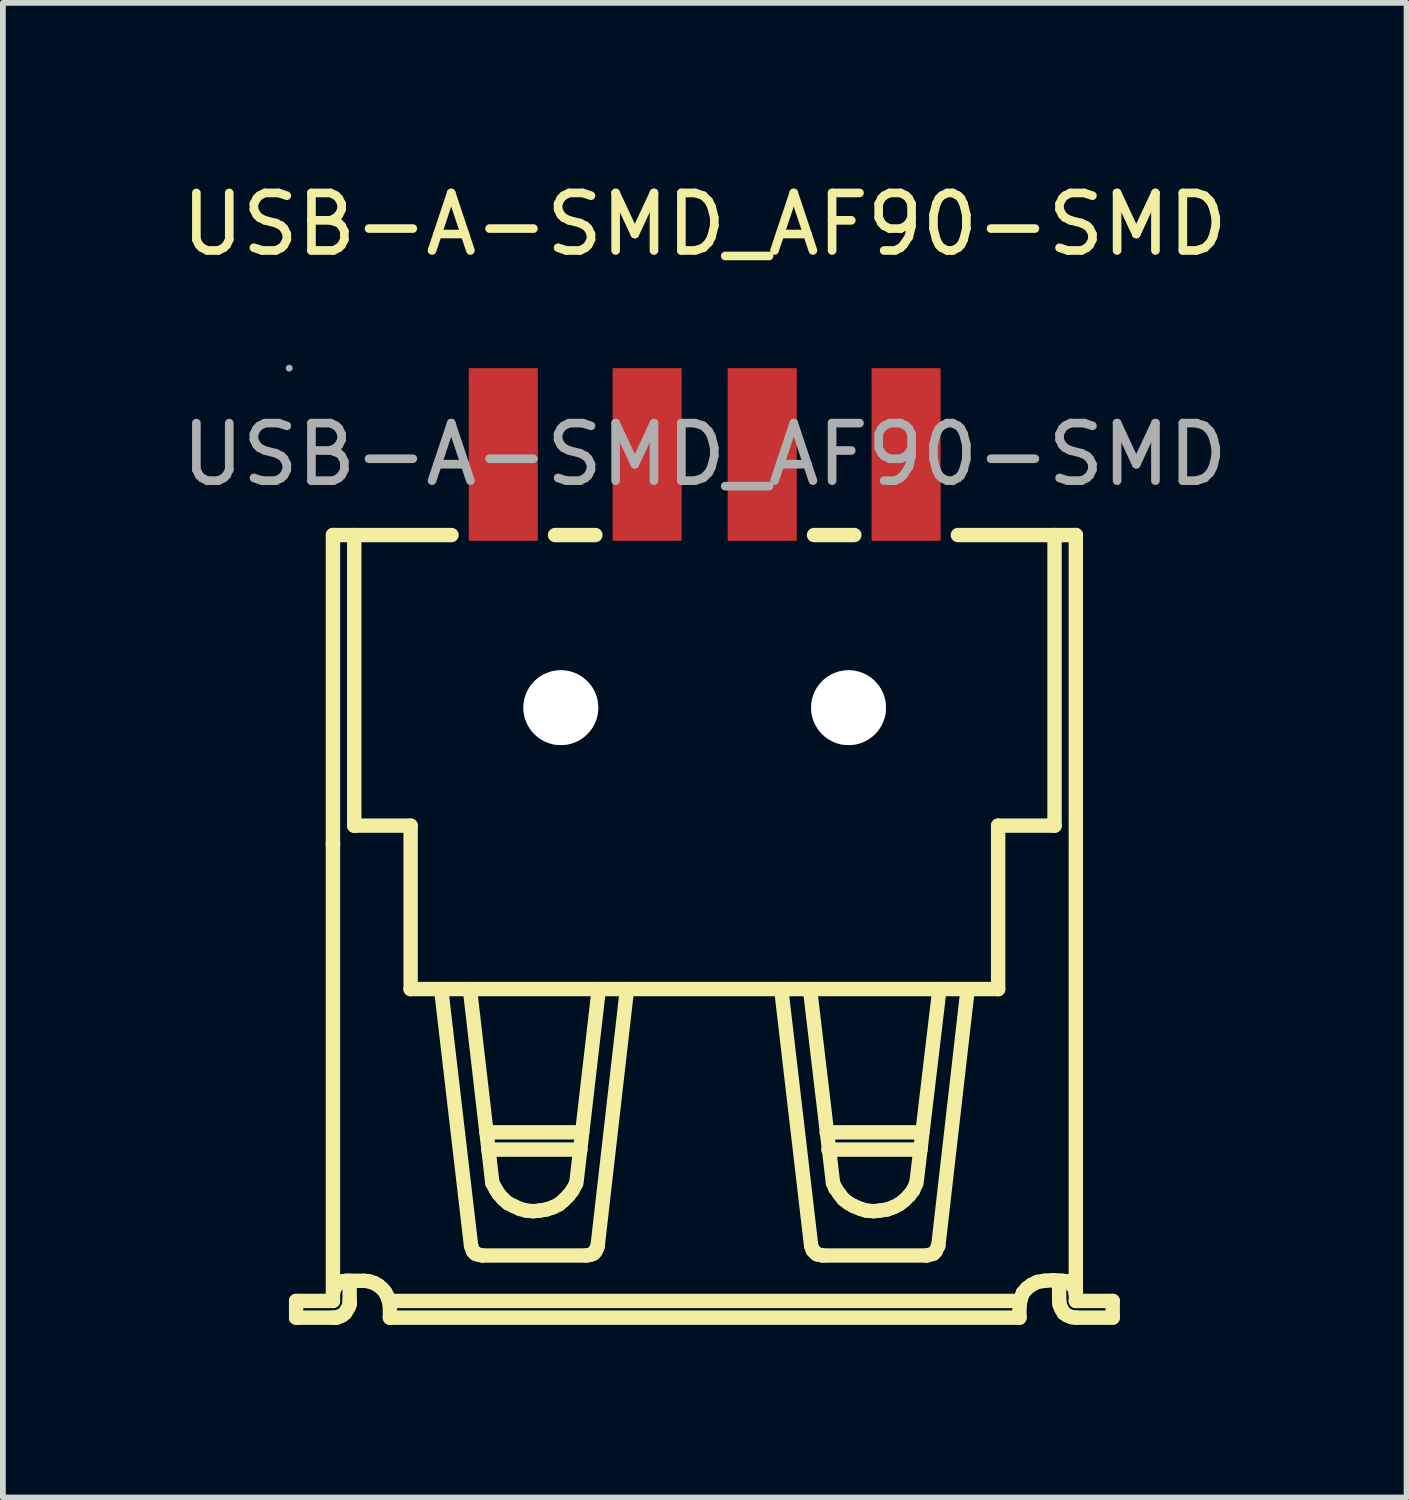
<source format=kicad_pcb>
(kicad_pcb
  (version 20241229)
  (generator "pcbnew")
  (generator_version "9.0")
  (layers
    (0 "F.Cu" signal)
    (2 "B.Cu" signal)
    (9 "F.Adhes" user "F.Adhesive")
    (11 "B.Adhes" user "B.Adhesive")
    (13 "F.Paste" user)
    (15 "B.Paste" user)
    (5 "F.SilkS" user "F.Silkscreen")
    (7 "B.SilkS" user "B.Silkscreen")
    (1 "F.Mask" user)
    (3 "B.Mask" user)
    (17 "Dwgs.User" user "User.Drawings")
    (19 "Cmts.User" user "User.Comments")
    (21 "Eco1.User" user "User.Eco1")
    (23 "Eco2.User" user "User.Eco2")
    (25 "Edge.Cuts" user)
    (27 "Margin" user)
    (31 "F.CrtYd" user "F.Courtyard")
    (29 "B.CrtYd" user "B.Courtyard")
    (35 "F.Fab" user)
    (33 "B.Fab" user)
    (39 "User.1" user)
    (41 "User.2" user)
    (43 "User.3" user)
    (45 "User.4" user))
  (footprint "USB-A-SMD_AF90-SMD"
    (layer "F.Cu")
    (at 9.196 4.848)
    (property "Reference" "USB-A-SMD_AF90-SMD" (at 0 -4 0) (layer "F.SilkS") (effects (font (size 1 1) (thickness 0.15))))
    (attr through_hole)
    (fp_line (start -7.1 14.71) (end -6.46 14.71) (stroke (width 0.25) (type solid)) (layer "F.SilkS"))
    (fp_line (start -7.1 15) (end -7.1 14.71) (stroke (width 0.25) (type solid)) (layer "F.SilkS"))
    (fp_line (start -7.1 15) (end -6.46 15) (stroke (width 0.25) (type solid)) (layer "F.SilkS"))
    (fp_line (start -6.46 6.75) (end -6.46 6.8) (stroke (width 0.25) (type solid)) (layer "F.SilkS"))
    (fp_line (start -6.46 14.71) (end -6.46 1.4) (stroke (width 0.25) (type solid)) (layer "F.SilkS"))
    (fp_line (start -6.46 15) (end -6.4 15) (stroke (width 0.25) (type solid)) (layer "F.SilkS"))
    (fp_line (start -6.45 14.52) (end -6.46 14.59) (stroke (width 0.25) (type solid)) (layer "F.SilkS"))
    (fp_line (start -6.42 14.46) (end -6.45 14.52) (stroke (width 0.25) (type solid)) (layer "F.SilkS"))
    (fp_line (start -6.4 15) (end -6.35 14.98) (stroke (width 0.25) (type solid)) (layer "F.SilkS"))
    (fp_line (start -6.37 14.41) (end -6.42 14.46) (stroke (width 0.25) (type solid)) (layer "F.SilkS"))
    (fp_line (start -6.35 14.98) (end -6.3 14.96) (stroke (width 0.25) (type solid)) (layer "F.SilkS"))
    (fp_line (start -6.3 14.37) (end -6.37 14.41) (stroke (width 0.25) (type solid)) (layer "F.SilkS"))
    (fp_line (start -6.3 14.96) (end -6.25 14.92) (stroke (width 0.25) (type solid)) (layer "F.SilkS"))
    (fp_line (start -6.25 14.92) (end -6.22 14.87) (stroke (width 0.25) (type solid)) (layer "F.SilkS"))
    (fp_line (start -6.23 14.36) (end -6.3 14.37) (stroke (width 0.25) (type solid)) (layer "F.SilkS"))
    (fp_line (start -6.23 14.36) (end -5.92 14.36) (stroke (width 0.25) (type solid)) (layer "F.SilkS"))
    (fp_line (start -6.22 14.87) (end -6.19 14.82) (stroke (width 0.25) (type solid)) (layer "F.SilkS"))
    (fp_line (start -6.19 14.82) (end -6.17 14.77) (stroke (width 0.25) (type solid)) (layer "F.SilkS"))
    (fp_line (start -6.17 14.71) (end -6.17 14.36) (stroke (width 0.25) (type solid)) (layer "F.SilkS"))
    (fp_line (start -6.17 14.77) (end -6.17 14.71) (stroke (width 0.25) (type solid)) (layer "F.SilkS"))
    (fp_line (start -6.09 6.45) (end -6.09 1.4) (stroke (width 0.25) (type solid)) (layer "F.SilkS"))
    (fp_line (start -5.83 14.37) (end -5.91 14.36) (stroke (width 0.25) (type solid)) (layer "F.SilkS"))
    (fp_line (start -5.74 14.4) (end -5.83 14.37) (stroke (width 0.25) (type solid)) (layer "F.SilkS"))
    (fp_line (start -5.67 14.44) (end -5.74 14.4) (stroke (width 0.25) (type solid)) (layer "F.SilkS"))
    (fp_line (start -5.6 14.5) (end -5.67 14.44) (stroke (width 0.25) (type solid)) (layer "F.SilkS"))
    (fp_line (start -5.55 14.56) (end -5.6 14.5) (stroke (width 0.25) (type solid)) (layer "F.SilkS"))
    (fp_line (start -5.51 14.64) (end -5.55 14.56) (stroke (width 0.25) (type solid)) (layer "F.SilkS"))
    (fp_line (start -5.49 14.71) (end 5.48 14.71) (stroke (width 0.25) (type solid)) (layer "F.SilkS"))
    (fp_line (start -5.48 14.72) (end -5.51 14.64) (stroke (width 0.25) (type solid)) (layer "F.SilkS"))
    (fp_line (start -5.47 14.81) (end -5.48 14.72) (stroke (width 0.25) (type solid)) (layer "F.SilkS"))
    (fp_line (start -5.47 14.81) (end -5.47 15) (stroke (width 0.25) (type solid)) (layer "F.SilkS"))
    (fp_line (start -5.47 15) (end 5.47 15) (stroke (width 0.25) (type solid)) (layer "F.SilkS"))
    (fp_line (start -5.11 6.45) (end -6.09 6.45) (stroke (width 0.25) (type solid)) (layer "F.SilkS"))
    (fp_line (start -5.11 6.45) (end -5.11 9.29) (stroke (width 0.25) (type solid)) (layer "F.SilkS"))
    (fp_line (start -4.4 1.4) (end -6.46 1.4) (stroke (width 0.25) (type solid)) (layer "F.SilkS"))
    (fp_line (start -4.06 13.75) (end -4.58 9.29) (stroke (width 0.25) (type solid)) (layer "F.SilkS"))
    (fp_line (start -4.06 13.75) (end -4.03 13.83) (stroke (width 0.25) (type solid)) (layer "F.SilkS"))
    (fp_line (start -4.03 13.83) (end -4.02 13.85) (stroke (width 0.25) (type solid)) (layer "F.SilkS"))
    (fp_line (start -4.02 13.85) (end -4 13.87) (stroke (width 0.25) (type solid)) (layer "F.SilkS"))
    (fp_line (start -4 13.87) (end -3.98 13.89) (stroke (width 0.25) (type solid)) (layer "F.SilkS"))
    (fp_line (start -3.98 13.89) (end -3.95 13.9) (stroke (width 0.25) (type solid)) (layer "F.SilkS"))
    (fp_line (start -3.95 13.9) (end -3.87 13.92) (stroke (width 0.25) (type solid)) (layer "F.SilkS"))
    (fp_line (start -3.86 13.92) (end -2.06 13.92) (stroke (width 0.25) (type solid)) (layer "F.SilkS"))
    (fp_line (start -3.79 11.78) (end -2.13 11.78) (stroke (width 0.25) (type solid)) (layer "F.SilkS"))
    (fp_line (start -3.76 12.08) (end -2.16 12.08) (stroke (width 0.25) (type solid)) (layer "F.SilkS"))
    (fp_line (start -3.69 12.66) (end -4.08 9.29) (stroke (width 0.25) (type solid)) (layer "F.SilkS"))
    (fp_line (start -3.69 12.66) (end -3.63 12.77) (stroke (width 0.25) (type solid)) (layer "F.SilkS"))
    (fp_line (start -3.63 12.77) (end -3.58 12.85) (stroke (width 0.25) (type solid)) (layer "F.SilkS"))
    (fp_line (start -3.58 12.85) (end -3.5 12.94) (stroke (width 0.25) (type solid)) (layer "F.SilkS"))
    (fp_line (start -3.5 12.94) (end -3.42 13.01) (stroke (width 0.25) (type solid)) (layer "F.SilkS"))
    (fp_line (start -3.42 13.01) (end -3.32 13.06) (stroke (width 0.25) (type solid)) (layer "F.SilkS"))
    (fp_line (start -3.32 13.06) (end -3.21 13.11) (stroke (width 0.25) (type solid)) (layer "F.SilkS"))
    (fp_line (start -3.21 13.11) (end -3.1 13.14) (stroke (width 0.25) (type solid)) (layer "F.SilkS"))
    (fp_line (start -3.1 13.14) (end -2.98 13.15) (stroke (width 0.25) (type solid)) (layer "F.SilkS"))
    (fp_line (start -2.98 13.15) (end -2.87 13.14) (stroke (width 0.25) (type solid)) (layer "F.SilkS"))
    (fp_line (start -2.87 13.14) (end -2.75 13.12) (stroke (width 0.25) (type solid)) (layer "F.SilkS"))
    (fp_line (start -2.75 13.12) (end -2.63 13.08) (stroke (width 0.25) (type solid)) (layer "F.SilkS"))
    (fp_line (start -2.63 13.08) (end -2.53 13.03) (stroke (width 0.25) (type solid)) (layer "F.SilkS"))
    (fp_line (start -2.6 1.4) (end -1.9 1.4) (stroke (width 0.25) (type solid)) (layer "F.SilkS"))
    (fp_line (start -2.53 13.03) (end -2.45 12.96) (stroke (width 0.25) (type solid)) (layer "F.SilkS"))
    (fp_line (start -2.45 12.96) (end -2.37 12.88) (stroke (width 0.25) (type solid)) (layer "F.SilkS"))
    (fp_line (start -2.37 12.88) (end -2.3 12.79) (stroke (width 0.25) (type solid)) (layer "F.SilkS"))
    (fp_line (start -2.3 12.79) (end -2.24 12.68) (stroke (width 0.25) (type solid)) (layer "F.SilkS"))
    (fp_line (start -2.23 12.66) (end -1.84 9.29) (stroke (width 0.25) (type solid)) (layer "F.SilkS"))
    (fp_line (start -2.06 13.92) (end -2 13.91) (stroke (width 0.25) (type solid)) (layer "F.SilkS"))
    (fp_line (start -2 13.91) (end -1.97 13.9) (stroke (width 0.25) (type solid)) (layer "F.SilkS"))
    (fp_line (start -1.97 13.9) (end -1.94 13.89) (stroke (width 0.25) (type solid)) (layer "F.SilkS"))
    (fp_line (start -1.94 13.89) (end -1.92 13.87) (stroke (width 0.25) (type solid)) (layer "F.SilkS"))
    (fp_line (start -1.92 13.87) (end -1.9 13.85) (stroke (width 0.25) (type solid)) (layer "F.SilkS"))
    (fp_line (start -1.9 13.85) (end -1.89 13.82) (stroke (width 0.25) (type solid)) (layer "F.SilkS"))
    (fp_line (start -1.89 13.82) (end -1.87 13.79) (stroke (width 0.25) (type solid)) (layer "F.SilkS"))
    (fp_line (start -1.87 13.79) (end -1.86 13.75) (stroke (width 0.25) (type solid)) (layer "F.SilkS"))
    (fp_line (start -1.86 13.75) (end -1.35 9.29) (stroke (width 0.25) (type solid)) (layer "F.SilkS"))
    (fp_line (start 1.85 13.75) (end 1.33 9.29) (stroke (width 0.25) (type solid)) (layer "F.SilkS"))
    (fp_line (start 1.85 13.75) (end 1.88 13.83) (stroke (width 0.25) (type solid)) (layer "F.SilkS"))
    (fp_line (start 1.88 13.83) (end 1.9 13.85) (stroke (width 0.25) (type solid)) (layer "F.SilkS"))
    (fp_line (start 1.9 1.4) (end 2.6 1.4) (stroke (width 0.25) (type solid)) (layer "F.SilkS"))
    (fp_line (start 1.9 13.85) (end 1.92 13.87) (stroke (width 0.25) (type solid)) (layer "F.SilkS"))
    (fp_line (start 1.92 13.87) (end 1.94 13.89) (stroke (width 0.25) (type solid)) (layer "F.SilkS"))
    (fp_line (start 1.94 13.89) (end 1.96 13.9) (stroke (width 0.25) (type solid)) (layer "F.SilkS"))
    (fp_line (start 1.96 13.9) (end 2.05 13.92) (stroke (width 0.25) (type solid)) (layer "F.SilkS"))
    (fp_line (start 2.23 12.66) (end 1.83 9.29) (stroke (width 0.25) (type solid)) (layer "F.SilkS"))
    (fp_line (start 2.23 12.66) (end 2.27 12.75) (stroke (width 0.25) (type solid)) (layer "F.SilkS"))
    (fp_line (start 2.27 12.75) (end 2.34 12.85) (stroke (width 0.25) (type solid)) (layer "F.SilkS"))
    (fp_line (start 2.34 12.85) (end 2.41 12.94) (stroke (width 0.25) (type solid)) (layer "F.SilkS"))
    (fp_line (start 2.41 12.94) (end 2.5 13.01) (stroke (width 0.25) (type solid)) (layer "F.SilkS"))
    (fp_line (start 2.5 13.01) (end 2.59 13.06) (stroke (width 0.25) (type solid)) (layer "F.SilkS"))
    (fp_line (start 2.59 13.06) (end 2.71 13.11) (stroke (width 0.25) (type solid)) (layer "F.SilkS"))
    (fp_line (start 2.71 13.11) (end 2.81 13.14) (stroke (width 0.25) (type solid)) (layer "F.SilkS"))
    (fp_line (start 2.81 13.14) (end 2.94 13.15) (stroke (width 0.25) (type solid)) (layer "F.SilkS"))
    (fp_line (start 2.94 13.15) (end 3.04 13.14) (stroke (width 0.25) (type solid)) (layer "F.SilkS"))
    (fp_line (start 3.04 13.14) (end 3.17 13.12) (stroke (width 0.25) (type solid)) (layer "F.SilkS"))
    (fp_line (start 3.17 13.12) (end 3.28 13.08) (stroke (width 0.25) (type solid)) (layer "F.SilkS"))
    (fp_line (start 3.28 13.08) (end 3.38 13.03) (stroke (width 0.25) (type solid)) (layer "F.SilkS"))
    (fp_line (start 3.38 13.03) (end 3.47 12.96) (stroke (width 0.25) (type solid)) (layer "F.SilkS"))
    (fp_line (start 3.47 12.96) (end 3.55 12.88) (stroke (width 0.25) (type solid)) (layer "F.SilkS"))
    (fp_line (start 3.55 12.88) (end 3.62 12.79) (stroke (width 0.25) (type solid)) (layer "F.SilkS"))
    (fp_line (start 3.62 12.79) (end 3.67 12.68) (stroke (width 0.25) (type solid)) (layer "F.SilkS"))
    (fp_line (start 3.68 12.66) (end 4.08 9.29) (stroke (width 0.25) (type solid)) (layer "F.SilkS"))
    (fp_line (start 3.75 12.08) (end 2.15 12.08) (stroke (width 0.25) (type solid)) (layer "F.SilkS"))
    (fp_line (start 3.78 11.78) (end 2.12 11.78) (stroke (width 0.25) (type solid)) (layer "F.SilkS"))
    (fp_line (start 3.86 13.92) (end 2.05 13.92) (stroke (width 0.25) (type solid)) (layer "F.SilkS"))
    (fp_line (start 3.86 13.92) (end 3.97 13.89) (stroke (width 0.25) (type solid)) (layer "F.SilkS"))
    (fp_line (start 3.97 13.89) (end 4.01 13.85) (stroke (width 0.25) (type solid)) (layer "F.SilkS"))
    (fp_line (start 4.01 13.85) (end 4.06 13.75) (stroke (width 0.25) (type solid)) (layer "F.SilkS"))
    (fp_line (start 4.06 13.75) (end 4.57 9.29) (stroke (width 0.25) (type solid)) (layer "F.SilkS"))
    (fp_line (start 5.1 6.45) (end 5.1 9.29) (stroke (width 0.25) (type solid)) (layer "F.SilkS"))
    (fp_line (start 5.1 9.29) (end -5.11 9.29) (stroke (width 0.25) (type solid)) (layer "F.SilkS"))
    (fp_line (start 5.47 14.81) (end 5.47 15) (stroke (width 0.25) (type solid)) (layer "F.SilkS"))
    (fp_line (start 5.49 14.68) (end 5.47 14.79) (stroke (width 0.25) (type solid)) (layer "F.SilkS"))
    (fp_line (start 5.53 14.57) (end 5.49 14.68) (stroke (width 0.25) (type solid)) (layer "F.SilkS"))
    (fp_line (start 5.6 14.49) (end 5.53 14.57) (stroke (width 0.25) (type solid)) (layer "F.SilkS"))
    (fp_line (start 5.68 14.43) (end 5.6 14.49) (stroke (width 0.25) (type solid)) (layer "F.SilkS"))
    (fp_line (start 5.78 14.38) (end 5.68 14.43) (stroke (width 0.25) (type solid)) (layer "F.SilkS"))
    (fp_line (start 5.9 14.36) (end 5.78 14.38) (stroke (width 0.25) (type solid)) (layer "F.SilkS"))
    (fp_line (start 6.05 14.35) (end 5.9 14.36) (stroke (width 0.25) (type solid)) (layer "F.SilkS"))
    (fp_line (start 6.08 6.45) (end 5.1 6.45) (stroke (width 0.25) (type solid)) (layer "F.SilkS"))
    (fp_line (start 6.08 6.45) (end 6.08 1.4) (stroke (width 0.25) (type solid)) (layer "F.SilkS"))
    (fp_line (start 6.16 14.71) (end 6.16 14.36) (stroke (width 0.25) (type solid)) (layer "F.SilkS"))
    (fp_line (start 6.16 14.71) (end 6.17 14.78) (stroke (width 0.25) (type solid)) (layer "F.SilkS"))
    (fp_line (start 6.17 14.78) (end 6.2 14.85) (stroke (width 0.25) (type solid)) (layer "F.SilkS"))
    (fp_line (start 6.2 14.85) (end 6.24 14.92) (stroke (width 0.25) (type solid)) (layer "F.SilkS"))
    (fp_line (start 6.22 14.36) (end 6.05 14.35) (stroke (width 0.25) (type solid)) (layer "F.SilkS"))
    (fp_line (start 6.24 14.92) (end 6.3 14.96) (stroke (width 0.25) (type solid)) (layer "F.SilkS"))
    (fp_line (start 6.3 14.37) (end 6.22 14.36) (stroke (width 0.25) (type solid)) (layer "F.SilkS"))
    (fp_line (start 6.3 14.96) (end 6.37 14.99) (stroke (width 0.25) (type solid)) (layer "F.SilkS"))
    (fp_line (start 6.36 14.41) (end 6.3 14.37) (stroke (width 0.25) (type solid)) (layer "F.SilkS"))
    (fp_line (start 6.37 14.99) (end 6.45 15) (stroke (width 0.25) (type solid)) (layer "F.SilkS"))
    (fp_line (start 6.41 14.46) (end 6.36 14.41) (stroke (width 0.25) (type solid)) (layer "F.SilkS"))
    (fp_line (start 6.44 14.52) (end 6.41 14.46) (stroke (width 0.25) (type solid)) (layer "F.SilkS"))
    (fp_line (start 6.45 1.4) (end 4.4 1.4) (stroke (width 0.25) (type solid)) (layer "F.SilkS"))
    (fp_line (start 6.45 14.59) (end 6.44 14.52) (stroke (width 0.25) (type solid)) (layer "F.SilkS"))
    (fp_line (start 6.45 14.71) (end 6.45 1.4) (stroke (width 0.25) (type solid)) (layer "F.SilkS"))
    (fp_line (start 7.09 14.71) (end 6.45 14.71) (stroke (width 0.25) (type solid)) (layer "F.SilkS"))
    (fp_line (start 7.09 15) (end 6.45 15) (stroke (width 0.25) (type solid)) (layer "F.SilkS"))
    (fp_line (start 7.09 15) (end 7.09 14.71) (stroke (width 0.25) (type solid)) (layer "F.SilkS"))
    (fp_circle (center -7.22 -1.5) (end -7.19 -1.5) (stroke (width 0.06) (type solid)) (fill no) (layer "F.Fab"))
    (fp_circle (center -2.5 4.4) (end -2.22 4.4) (stroke (width 0.55) (type solid)) (fill no) (layer "F.Fab"))
    (fp_circle (center 2.5 4.4) (end 2.78 4.4) (stroke (width 0.55) (type solid)) (fill no) (layer "F.Fab"))
    (fp_text user "${REFERENCE}" (at 0 0 0) (layer "F.Fab") (effects (font (size 1 1) (thickness 0.15))))
    (pad "" thru_hole circle (at -2.5 4.4) (size 1.3 1.3) (drill 1.3) (layers "*.Cu" "*.Mask"))
    (pad "" thru_hole circle (at 2.5 4.4) (size 1.3 1.3) (drill 1.3) (layers "*.Cu" "*.Mask"))
    (pad "1" smd rect (at -3.5 0) (size 1.2 3) (layers "F.Cu" "F.Mask" "F.Paste"))
    (pad "2" smd rect (at -1 0) (size 1.2 3) (layers "F.Cu" "F.Mask" "F.Paste"))
    (pad "3" smd rect (at 1 0) (size 1.2 3) (layers "F.Cu" "F.Mask" "F.Paste"))
    (pad "4" smd rect (at 3.5 0) (size 1.2 3) (layers "F.Cu" "F.Mask" "F.Paste")))
  (gr_rect
    (start -3 -3)
    (end 21.393 22.973)
    (stroke (width 0.1) (type default))
    (fill no)
    (layer "Edge.Cuts")))
</source>
